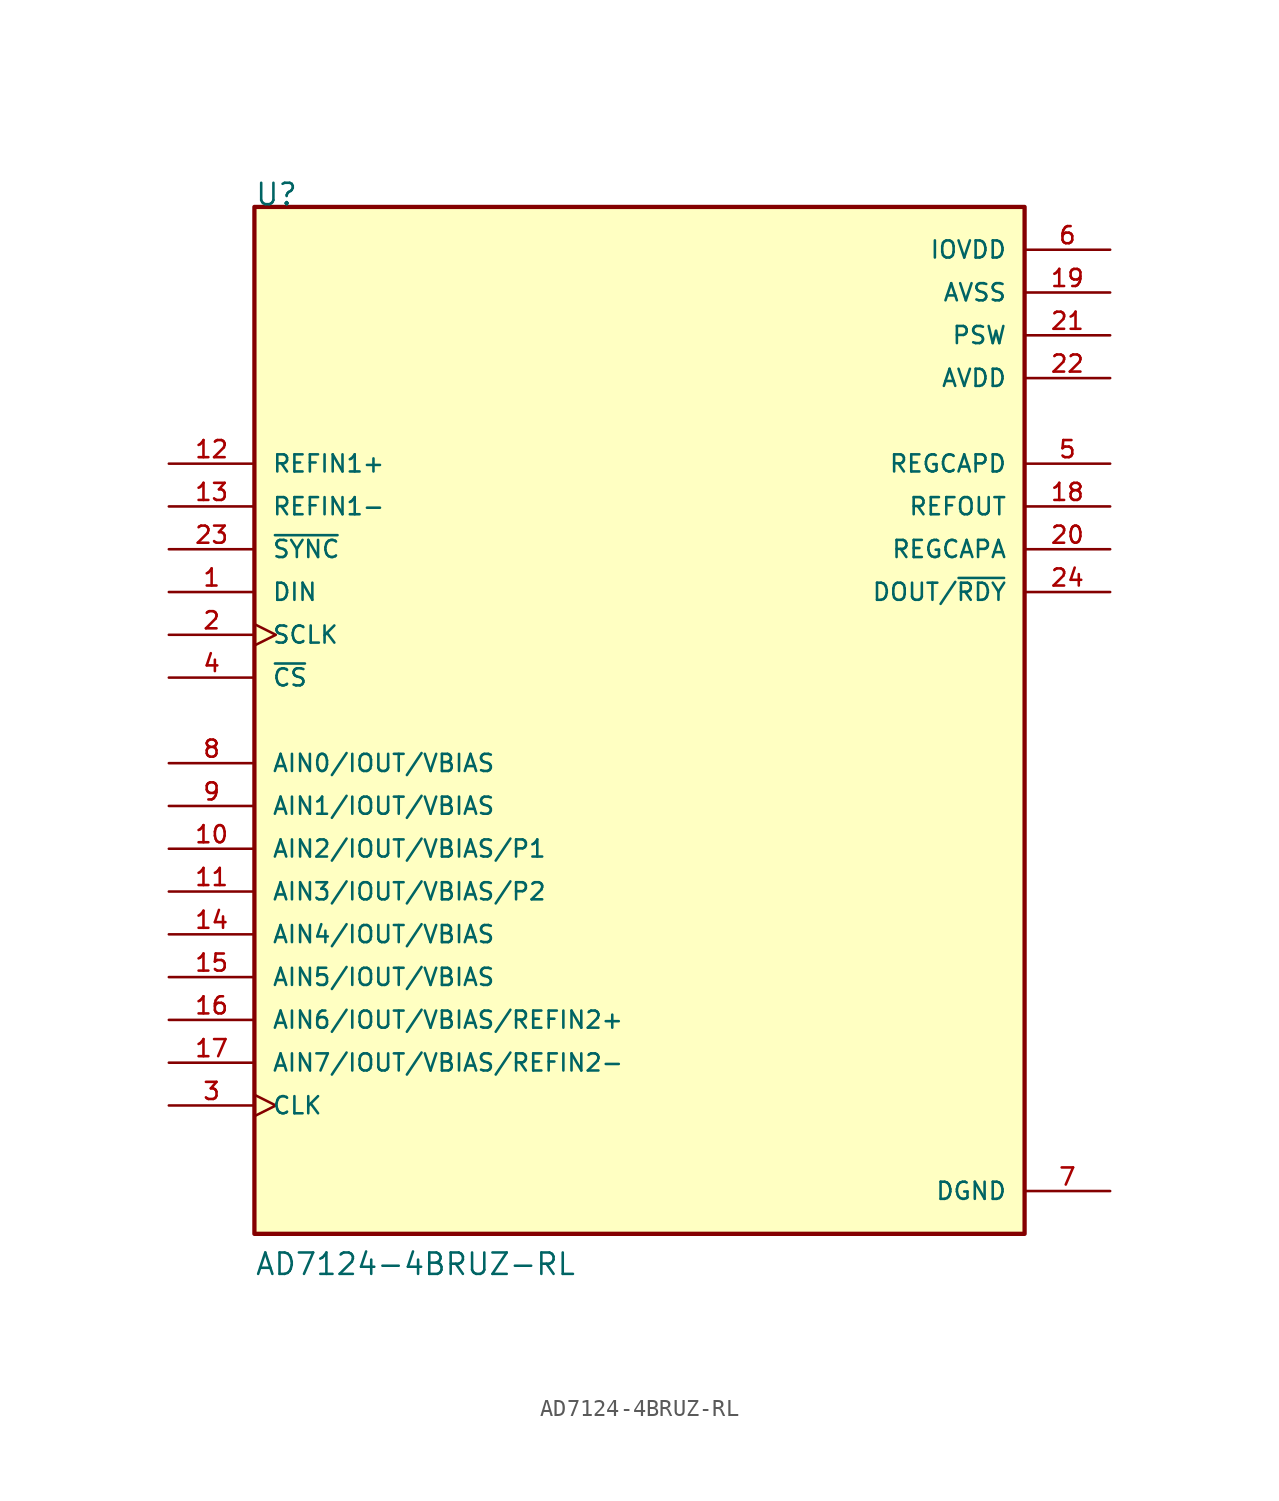
<source format=kicad_sym>
(kicad_symbol_lib
  (version 20211014)
  (generator kicad_symbol_editor)
  (symbol "AD7124-4BRUZ-RL"
    (pin_names
      (offset 1.016))
    (property "Reference" "U"
      (at -22.86 30.48 0)
      (effects (font (size 1.27 1.27)) (justify bottom left)))
    (property "Value" "AD7124-4BRUZ-RL"
      (at -22.86 -33.02 0)
      (effects (font (size 1.27 1.27)) (justify bottom left)))
    (symbol "AD7124-4BRUZ-RL_0_0"
      (rectangle (start -22.86 -30.48) (end 22.86 30.48) (stroke (width 0.254)) (fill (type background)))
      (pin output line (at 27.94 15.24 180.0) (length 5.08) (name "REGCAPD" (effects (font (size 1.016 1.016)))) (number "5" (effects (font (size 1.016 1.016)))))
      (pin power_in line (at 27.94 27.94 180.0) (length 5.08) (name "IOVDD" (effects (font (size 1.016 1.016)))) (number "6" (effects (font (size 1.016 1.016)))))
      (pin power_in line (at 27.94 -27.94 180.0) (length 5.08) (name "DGND" (effects (font (size 1.016 1.016)))) (number "7" (effects (font (size 1.016 1.016)))))
      (pin bidirectional line (at -27.94 -2.54 0) (length 5.08) (name "AIN0/IOUT/VBIAS" (effects (font (size 1.016 1.016)))) (number "8" (effects (font (size 1.016 1.016)))))
      (pin bidirectional line (at -27.94 -5.08 0) (length 5.08) (name "AIN1/IOUT/VBIAS" (effects (font (size 1.016 1.016)))) (number "9" (effects (font (size 1.016 1.016)))))
      (pin bidirectional line (at -27.94 -7.62 0) (length 5.08) (name "AIN2/IOUT/VBIAS/P1" (effects (font (size 1.016 1.016)))) (number "10" (effects (font (size 1.016 1.016)))))
      (pin bidirectional line (at -27.94 -10.16 0) (length 5.08) (name "AIN3/IOUT/VBIAS/P2" (effects (font (size 1.016 1.016)))) (number "11" (effects (font (size 1.016 1.016)))))
      (pin input line (at -27.94 15.24 0) (length 5.08) (name "REFIN1+" (effects (font (size 1.016 1.016)))) (number "12" (effects (font (size 1.016 1.016)))))
      (pin input line (at -27.94 12.7 0) (length 5.08) (name "REFIN1-" (effects (font (size 1.016 1.016)))) (number "13" (effects (font (size 1.016 1.016)))))
      (pin bidirectional line (at -27.94 -12.7 0) (length 5.08) (name "AIN4/IOUT/VBIAS" (effects (font (size 1.016 1.016)))) (number "14" (effects (font (size 1.016 1.016)))))
      (pin bidirectional line (at -27.94 -15.24 0) (length 5.08) (name "AIN5/IOUT/VBIAS" (effects (font (size 1.016 1.016)))) (number "15" (effects (font (size 1.016 1.016)))))
      (pin bidirectional line (at -27.94 -17.78 0) (length 5.08) (name "AIN6/IOUT/VBIAS/REFIN2+" (effects (font (size 1.016 1.016)))) (number "16" (effects (font (size 1.016 1.016)))))
      (pin bidirectional line (at -27.94 -20.32 0) (length 5.08) (name "AIN7/IOUT/VBIAS/REFIN2-" (effects (font (size 1.016 1.016)))) (number "17" (effects (font (size 1.016 1.016)))))
      (pin output line (at 27.94 12.7 180.0) (length 5.08) (name "REFOUT" (effects (font (size 1.016 1.016)))) (number "18" (effects (font (size 1.016 1.016)))))
      (pin power_in line (at 27.94 25.4 180.0) (length 5.08) (name "AVSS" (effects (font (size 1.016 1.016)))) (number "19" (effects (font (size 1.016 1.016)))))
      (pin output line (at 27.94 10.16 180.0) (length 5.08) (name "REGCAPA" (effects (font (size 1.016 1.016)))) (number "20" (effects (font (size 1.016 1.016)))))
      (pin power_in line (at 27.94 22.86 180.0) (length 5.08) (name "PSW" (effects (font (size 1.016 1.016)))) (number "21" (effects (font (size 1.016 1.016)))))
      (pin input line (at -27.94 10.16 0) (length 5.08) (name "~{SYNC}" (effects (font (size 1.016 1.016)))) (number "23" (effects (font (size 1.016 1.016)))))
      (pin power_in line (at 27.94 20.32 180.0) (length 5.08) (name "AVDD" (effects (font (size 1.016 1.016)))) (number "22" (effects (font (size 1.016 1.016)))))
      (pin output line (at 27.94 7.62 180.0) (length 5.08) (name "DOUT/~{RDY}" (effects (font (size 1.016 1.016)))) (number "24" (effects (font (size 1.016 1.016)))))
      (pin input line (at -27.94 7.62 0) (length 5.08) (name "DIN" (effects (font (size 1.016 1.016)))) (number "1" (effects (font (size 1.016 1.016)))))
      (pin input clock (at -27.94 5.08 0) (length 5.08) (name "SCLK" (effects (font (size 1.016 1.016)))) (number "2" (effects (font (size 1.016 1.016)))))
      (pin bidirectional clock (at -27.94 -22.86 0) (length 5.08) (name "CLK" (effects (font (size 1.016 1.016)))) (number "3" (effects (font (size 1.016 1.016)))))
      (pin input line (at -27.94 2.54 0) (length 5.08) (name "~{CS}" (effects (font (size 1.016 1.016)))) (number "4" (effects (font (size 1.016 1.016))))))))
</source>
